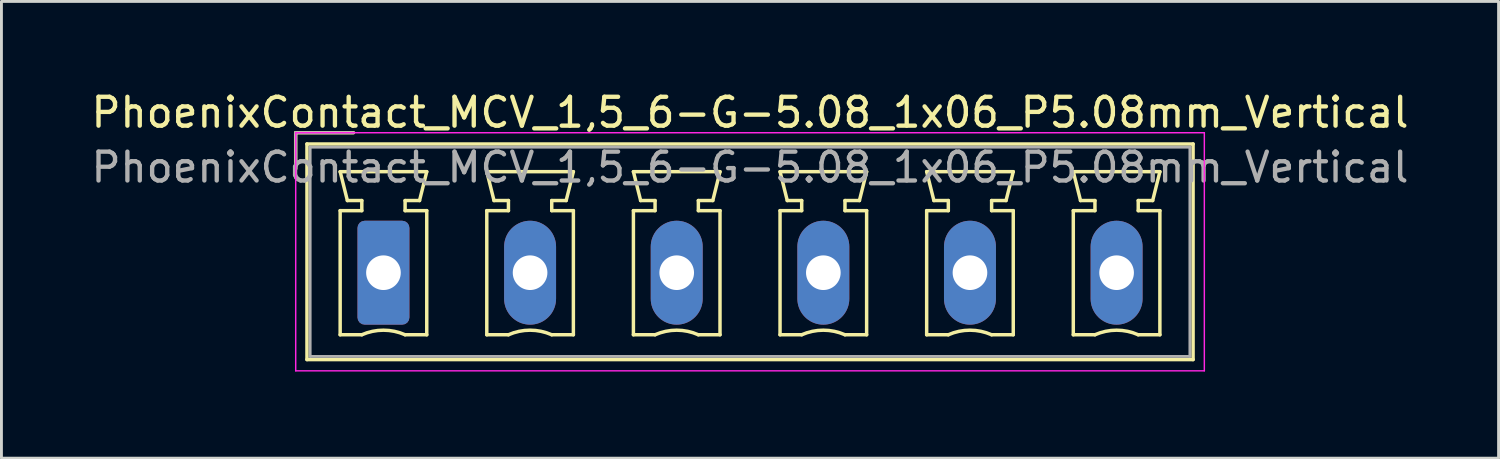
<source format=kicad_pcb>
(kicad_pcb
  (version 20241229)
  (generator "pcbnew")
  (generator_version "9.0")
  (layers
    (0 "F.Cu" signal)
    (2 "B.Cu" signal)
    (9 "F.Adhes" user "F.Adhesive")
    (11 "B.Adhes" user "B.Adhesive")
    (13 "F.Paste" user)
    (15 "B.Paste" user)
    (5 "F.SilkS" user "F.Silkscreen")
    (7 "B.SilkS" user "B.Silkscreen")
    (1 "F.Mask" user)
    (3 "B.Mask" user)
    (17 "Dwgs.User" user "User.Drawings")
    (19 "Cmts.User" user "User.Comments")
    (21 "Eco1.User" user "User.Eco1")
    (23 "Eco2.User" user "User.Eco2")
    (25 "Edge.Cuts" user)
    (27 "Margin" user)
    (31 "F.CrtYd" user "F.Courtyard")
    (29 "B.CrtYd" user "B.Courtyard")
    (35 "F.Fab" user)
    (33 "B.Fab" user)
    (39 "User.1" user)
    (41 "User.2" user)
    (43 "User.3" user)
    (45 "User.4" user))
  (footprint "PhoenixContact_MCV_1,5_6-G-5.08_1x06_P5.08mm_Vertical"
    (layer "F.Cu")
    (at 10.235 6.398)
    (property "Reference" "PhoenixContact_MCV_1,5_6-G-5.08_1x06_P5.08mm_Vertical" (at 12.7 -5.55 0) (layer "F.SilkS") (effects (font (size 1 1) (thickness 0.15))))
    (attr through_hole)
    (fp_line (start -3.04 -4.85) (end -1.04 -4.85) (stroke (width 0.12) (type solid)) (layer "F.SilkS"))
    (fp_line (start -3.04 -3.6) (end -3.04 -4.85) (stroke (width 0.12) (type solid)) (layer "F.SilkS"))
    (fp_line (start -2.65 -4.46) (end -2.65 3.01) (stroke (width 0.12) (type solid)) (layer "F.SilkS"))
    (fp_line (start -2.65 3.01) (end 28.05 3.01) (stroke (width 0.12) (type solid)) (layer "F.SilkS"))
    (fp_line (start -1.5 -3.5) (end 1.5 -3.5) (stroke (width 0.12) (type solid)) (layer "F.SilkS"))
    (fp_line (start -1.5 -2.15) (end -0.75 -2.15) (stroke (width 0.12) (type solid)) (layer "F.SilkS"))
    (fp_line (start -1.5 2.15) (end -1.5 -2.15) (stroke (width 0.12) (type solid)) (layer "F.SilkS"))
    (fp_line (start -1.25 -2.5) (end -1.5 -3.5) (stroke (width 0.12) (type solid)) (layer "F.SilkS"))
    (fp_line (start -0.75 -2.5) (end -1.25 -2.5) (stroke (width 0.12) (type solid)) (layer "F.SilkS"))
    (fp_line (start -0.75 -2.15) (end -0.75 -2.5) (stroke (width 0.12) (type solid)) (layer "F.SilkS"))
    (fp_line (start -0.75 2.15) (end -1.5 2.15) (stroke (width 0.12) (type solid)) (layer "F.SilkS"))
    (fp_line (start 0.75 -2.5) (end 0.75 -2.15) (stroke (width 0.12) (type solid)) (layer "F.SilkS"))
    (fp_line (start 0.75 -2.15) (end 1.5 -2.15) (stroke (width 0.12) (type solid)) (layer "F.SilkS"))
    (fp_line (start 1.25 -2.5) (end 0.75 -2.5) (stroke (width 0.12) (type solid)) (layer "F.SilkS"))
    (fp_line (start 1.5 -3.5) (end 1.25 -2.5) (stroke (width 0.12) (type solid)) (layer "F.SilkS"))
    (fp_line (start 1.5 -2.15) (end 1.5 2.15) (stroke (width 0.12) (type solid)) (layer "F.SilkS"))
    (fp_line (start 1.5 2.15) (end 0.75 2.15) (stroke (width 0.12) (type solid)) (layer "F.SilkS"))
    (fp_line (start 3.58 -3.5) (end 6.58 -3.5) (stroke (width 0.12) (type solid)) (layer "F.SilkS"))
    (fp_line (start 3.58 -2.15) (end 4.33 -2.15) (stroke (width 0.12) (type solid)) (layer "F.SilkS"))
    (fp_line (start 3.58 2.15) (end 3.58 -2.15) (stroke (width 0.12) (type solid)) (layer "F.SilkS"))
    (fp_line (start 3.83 -2.5) (end 3.58 -3.5) (stroke (width 0.12) (type solid)) (layer "F.SilkS"))
    (fp_line (start 4.33 -2.5) (end 3.83 -2.5) (stroke (width 0.12) (type solid)) (layer "F.SilkS"))
    (fp_line (start 4.33 -2.15) (end 4.33 -2.5) (stroke (width 0.12) (type solid)) (layer "F.SilkS"))
    (fp_line (start 4.33 2.15) (end 3.58 2.15) (stroke (width 0.12) (type solid)) (layer "F.SilkS"))
    (fp_line (start 5.83 -2.5) (end 5.83 -2.15) (stroke (width 0.12) (type solid)) (layer "F.SilkS"))
    (fp_line (start 5.83 -2.15) (end 6.58 -2.15) (stroke (width 0.12) (type solid)) (layer "F.SilkS"))
    (fp_line (start 6.33 -2.5) (end 5.83 -2.5) (stroke (width 0.12) (type solid)) (layer "F.SilkS"))
    (fp_line (start 6.58 -3.5) (end 6.33 -2.5) (stroke (width 0.12) (type solid)) (layer "F.SilkS"))
    (fp_line (start 6.58 -2.15) (end 6.58 2.15) (stroke (width 0.12) (type solid)) (layer "F.SilkS"))
    (fp_line (start 6.58 2.15) (end 5.83 2.15) (stroke (width 0.12) (type solid)) (layer "F.SilkS"))
    (fp_line (start 8.66 -3.5) (end 11.66 -3.5) (stroke (width 0.12) (type solid)) (layer "F.SilkS"))
    (fp_line (start 8.66 -2.15) (end 9.41 -2.15) (stroke (width 0.12) (type solid)) (layer "F.SilkS"))
    (fp_line (start 8.66 2.15) (end 8.66 -2.15) (stroke (width 0.12) (type solid)) (layer "F.SilkS"))
    (fp_line (start 8.91 -2.5) (end 8.66 -3.5) (stroke (width 0.12) (type solid)) (layer "F.SilkS"))
    (fp_line (start 9.41 -2.5) (end 8.91 -2.5) (stroke (width 0.12) (type solid)) (layer "F.SilkS"))
    (fp_line (start 9.41 -2.15) (end 9.41 -2.5) (stroke (width 0.12) (type solid)) (layer "F.SilkS"))
    (fp_line (start 9.41 2.15) (end 8.66 2.15) (stroke (width 0.12) (type solid)) (layer "F.SilkS"))
    (fp_line (start 10.91 -2.5) (end 10.91 -2.15) (stroke (width 0.12) (type solid)) (layer "F.SilkS"))
    (fp_line (start 10.91 -2.15) (end 11.66 -2.15) (stroke (width 0.12) (type solid)) (layer "F.SilkS"))
    (fp_line (start 11.41 -2.5) (end 10.91 -2.5) (stroke (width 0.12) (type solid)) (layer "F.SilkS"))
    (fp_line (start 11.66 -3.5) (end 11.41 -2.5) (stroke (width 0.12) (type solid)) (layer "F.SilkS"))
    (fp_line (start 11.66 -2.15) (end 11.66 2.15) (stroke (width 0.12) (type solid)) (layer "F.SilkS"))
    (fp_line (start 11.66 2.15) (end 10.91 2.15) (stroke (width 0.12) (type solid)) (layer "F.SilkS"))
    (fp_line (start 13.74 -3.5) (end 16.74 -3.5) (stroke (width 0.12) (type solid)) (layer "F.SilkS"))
    (fp_line (start 13.74 -2.15) (end 14.49 -2.15) (stroke (width 0.12) (type solid)) (layer "F.SilkS"))
    (fp_line (start 13.74 2.15) (end 13.74 -2.15) (stroke (width 0.12) (type solid)) (layer "F.SilkS"))
    (fp_line (start 13.99 -2.5) (end 13.74 -3.5) (stroke (width 0.12) (type solid)) (layer "F.SilkS"))
    (fp_line (start 14.49 -2.5) (end 13.99 -2.5) (stroke (width 0.12) (type solid)) (layer "F.SilkS"))
    (fp_line (start 14.49 -2.15) (end 14.49 -2.5) (stroke (width 0.12) (type solid)) (layer "F.SilkS"))
    (fp_line (start 14.49 2.15) (end 13.74 2.15) (stroke (width 0.12) (type solid)) (layer "F.SilkS"))
    (fp_line (start 15.99 -2.5) (end 15.99 -2.15) (stroke (width 0.12) (type solid)) (layer "F.SilkS"))
    (fp_line (start 15.99 -2.15) (end 16.74 -2.15) (stroke (width 0.12) (type solid)) (layer "F.SilkS"))
    (fp_line (start 16.49 -2.5) (end 15.99 -2.5) (stroke (width 0.12) (type solid)) (layer "F.SilkS"))
    (fp_line (start 16.74 -3.5) (end 16.49 -2.5) (stroke (width 0.12) (type solid)) (layer "F.SilkS"))
    (fp_line (start 16.74 -2.15) (end 16.74 2.15) (stroke (width 0.12) (type solid)) (layer "F.SilkS"))
    (fp_line (start 16.74 2.15) (end 15.99 2.15) (stroke (width 0.12) (type solid)) (layer "F.SilkS"))
    (fp_line (start 18.82 -3.5) (end 21.82 -3.5) (stroke (width 0.12) (type solid)) (layer "F.SilkS"))
    (fp_line (start 18.82 -2.15) (end 19.57 -2.15) (stroke (width 0.12) (type solid)) (layer "F.SilkS"))
    (fp_line (start 18.82 2.15) (end 18.82 -2.15) (stroke (width 0.12) (type solid)) (layer "F.SilkS"))
    (fp_line (start 19.07 -2.5) (end 18.82 -3.5) (stroke (width 0.12) (type solid)) (layer "F.SilkS"))
    (fp_line (start 19.57 -2.5) (end 19.07 -2.5) (stroke (width 0.12) (type solid)) (layer "F.SilkS"))
    (fp_line (start 19.57 -2.15) (end 19.57 -2.5) (stroke (width 0.12) (type solid)) (layer "F.SilkS"))
    (fp_line (start 19.57 2.15) (end 18.82 2.15) (stroke (width 0.12) (type solid)) (layer "F.SilkS"))
    (fp_line (start 21.07 -2.5) (end 21.07 -2.15) (stroke (width 0.12) (type solid)) (layer "F.SilkS"))
    (fp_line (start 21.07 -2.15) (end 21.82 -2.15) (stroke (width 0.12) (type solid)) (layer "F.SilkS"))
    (fp_line (start 21.57 -2.5) (end 21.07 -2.5) (stroke (width 0.12) (type solid)) (layer "F.SilkS"))
    (fp_line (start 21.82 -3.5) (end 21.57 -2.5) (stroke (width 0.12) (type solid)) (layer "F.SilkS"))
    (fp_line (start 21.82 -2.15) (end 21.82 2.15) (stroke (width 0.12) (type solid)) (layer "F.SilkS"))
    (fp_line (start 21.82 2.15) (end 21.07 2.15) (stroke (width 0.12) (type solid)) (layer "F.SilkS"))
    (fp_line (start 23.9 -3.5) (end 26.9 -3.5) (stroke (width 0.12) (type solid)) (layer "F.SilkS"))
    (fp_line (start 23.9 -2.15) (end 24.65 -2.15) (stroke (width 0.12) (type solid)) (layer "F.SilkS"))
    (fp_line (start 23.9 2.15) (end 23.9 -2.15) (stroke (width 0.12) (type solid)) (layer "F.SilkS"))
    (fp_line (start 24.15 -2.5) (end 23.9 -3.5) (stroke (width 0.12) (type solid)) (layer "F.SilkS"))
    (fp_line (start 24.65 -2.5) (end 24.15 -2.5) (stroke (width 0.12) (type solid)) (layer "F.SilkS"))
    (fp_line (start 24.65 -2.15) (end 24.65 -2.5) (stroke (width 0.12) (type solid)) (layer "F.SilkS"))
    (fp_line (start 24.65 2.15) (end 23.9 2.15) (stroke (width 0.12) (type solid)) (layer "F.SilkS"))
    (fp_line (start 26.15 -2.5) (end 26.15 -2.15) (stroke (width 0.12) (type solid)) (layer "F.SilkS"))
    (fp_line (start 26.15 -2.15) (end 26.9 -2.15) (stroke (width 0.12) (type solid)) (layer "F.SilkS"))
    (fp_line (start 26.65 -2.5) (end 26.15 -2.5) (stroke (width 0.12) (type solid)) (layer "F.SilkS"))
    (fp_line (start 26.9 -3.5) (end 26.65 -2.5) (stroke (width 0.12) (type solid)) (layer "F.SilkS"))
    (fp_line (start 26.9 -2.15) (end 26.9 2.15) (stroke (width 0.12) (type solid)) (layer "F.SilkS"))
    (fp_line (start 26.9 2.15) (end 26.15 2.15) (stroke (width 0.12) (type solid)) (layer "F.SilkS"))
    (fp_line (start 28.05 -4.46) (end -2.65 -4.46) (stroke (width 0.12) (type solid)) (layer "F.SilkS"))
    (fp_line (start 28.05 3.01) (end 28.05 -4.46) (stroke (width 0.12) (type solid)) (layer "F.SilkS"))
    (fp_arc (start -0.75 2.15) (mid -0.000193 1.99191) (end 0.749647 2.149844) (stroke (width 0.12) (type solid)) (layer "F.SilkS"))
    (fp_arc (start 4.33 2.15) (mid 5.079807 1.99191) (end 5.829647 2.149844) (stroke (width 0.12) (type solid)) (layer "F.SilkS"))
    (fp_arc (start 9.41 2.15) (mid 10.159807 1.99191) (end 10.909647 2.149844) (stroke (width 0.12) (type solid)) (layer "F.SilkS"))
    (fp_arc (start 14.49 2.15) (mid 15.239807 1.99191) (end 15.989647 2.149844) (stroke (width 0.12) (type solid)) (layer "F.SilkS"))
    (fp_arc (start 19.57 2.15) (mid 20.319807 1.99191) (end 21.069647 2.149844) (stroke (width 0.12) (type solid)) (layer "F.SilkS"))
    (fp_arc (start 24.65 2.15) (mid 25.399807 1.99191) (end 26.149647 2.149844) (stroke (width 0.12) (type solid)) (layer "F.SilkS"))
    (fp_line (start -3.04 -4.85) (end -3.04 3.4) (stroke (width 0.05) (type solid)) (layer "F.CrtYd"))
    (fp_line (start -3.04 3.4) (end 28.44 3.4) (stroke (width 0.05) (type solid)) (layer "F.CrtYd"))
    (fp_line (start 28.44 -4.85) (end -3.04 -4.85) (stroke (width 0.05) (type solid)) (layer "F.CrtYd"))
    (fp_line (start 28.44 3.4) (end 28.44 -4.85) (stroke (width 0.05) (type solid)) (layer "F.CrtYd"))
    (fp_line (start -3.04 -4.85) (end -1.04 -4.85) (stroke (width 0.1) (type solid)) (layer "F.Fab"))
    (fp_line (start -3.04 -3.6) (end -3.04 -4.85) (stroke (width 0.1) (type solid)) (layer "F.Fab"))
    (fp_line (start -2.54 -4.35) (end -2.54 2.9) (stroke (width 0.1) (type solid)) (layer "F.Fab"))
    (fp_line (start -2.54 2.9) (end 27.94 2.9) (stroke (width 0.1) (type solid)) (layer "F.Fab"))
    (fp_line (start 27.94 -4.35) (end -2.54 -4.35) (stroke (width 0.1) (type solid)) (layer "F.Fab"))
    (fp_line (start 27.94 2.9) (end 27.94 -4.35) (stroke (width 0.1) (type solid)) (layer "F.Fab"))
    (fp_text user "${REFERENCE}" (at 12.7 -3.65 0) (layer "F.Fab") (effects (font (size 1 1) (thickness 0.15))))
    (pad "1" thru_hole roundrect (at 0 0) (size 1.8 3.6) (drill 1.2) (layers "*.Cu" "*.Mask") (roundrect_rratio 0.139))
    (pad "2" thru_hole oval (at 5.08 0) (size 1.8 3.6) (drill 1.2) (layers "*.Cu" "*.Mask"))
    (pad "3" thru_hole oval (at 10.16 0) (size 1.8 3.6) (drill 1.2) (layers "*.Cu" "*.Mask"))
    (pad "4" thru_hole oval (at 15.24 0) (size 1.8 3.6) (drill 1.2) (layers "*.Cu" "*.Mask"))
    (pad "5" thru_hole oval (at 20.32 0) (size 1.8 3.6) (drill 1.2) (layers "*.Cu" "*.Mask"))
    (pad "6" thru_hole oval (at 25.4 0) (size 1.8 3.6) (drill 1.2) (layers "*.Cu" "*.Mask")))
  (gr_rect
    (start -3 -3)
    (end 48.869 12.823)
    (stroke (width 0.1) (type default))
    (fill no)
    (layer "Edge.Cuts")))
</source>
